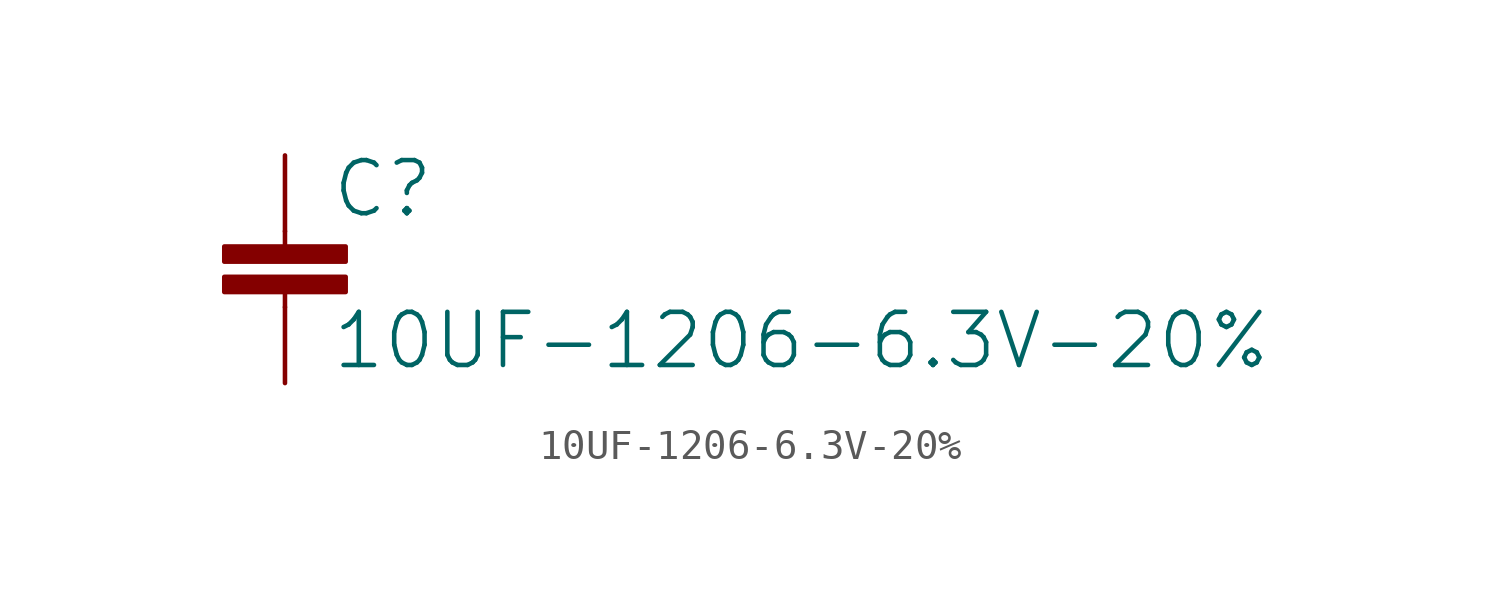
<source format=kicad_sym>
(kicad_symbol_lib
  (version 20211014)
  (generator kicad_symbol_editor)
  (symbol "10UF-1206-6.3V-20%"
    (property "Reference" "C"
      (at 1.524 2.921 0)
      (effects (font (size 1.778 1.778)) (justify left bottom)))
    (property "Value" "10UF-1206-6.3V-20%"
      (at 1.524 -2.159 0)
      (effects (font (size 1.778 1.778)) (justify left bottom)))
    (property "ki_locked" ""
      (at 0 0 0)
      (effects (font (size 1.27 1.27))))
    (symbol "10UF-1206-6.3V-20%_1_0"
      (rectangle (start -2.032 0.508) (end 2.032 1.016) (stroke (width 0) (type default) (color 0 0 0 0)) (fill (type outline)))
      (rectangle (start -2.032 1.524) (end 2.032 2.032) (stroke (width 0) (type default) (color 0 0 0 0)) (fill (type outline)))
      (polyline (pts (xy 0 0) (xy 0 0.508)) (stroke (width 0.152) (type default) (color 0 0 0 0)) (fill (type none)))
      (polyline (pts (xy 0 2.54) (xy 0 2.032)) (stroke (width 0.152) (type default) (color 0 0 0 0)) (fill (type none)))
      (pin passive line (at 0 5.08 270) (length 2.54) (name "1" (effects (font (size 0 0)))) (number "1" (effects (font (size 0 0)))))
      (pin passive line (at 0 -2.54 90) (length 2.54) (name "2" (effects (font (size 0 0)))) (number "2" (effects (font (size 0 0))))))))
</source>
